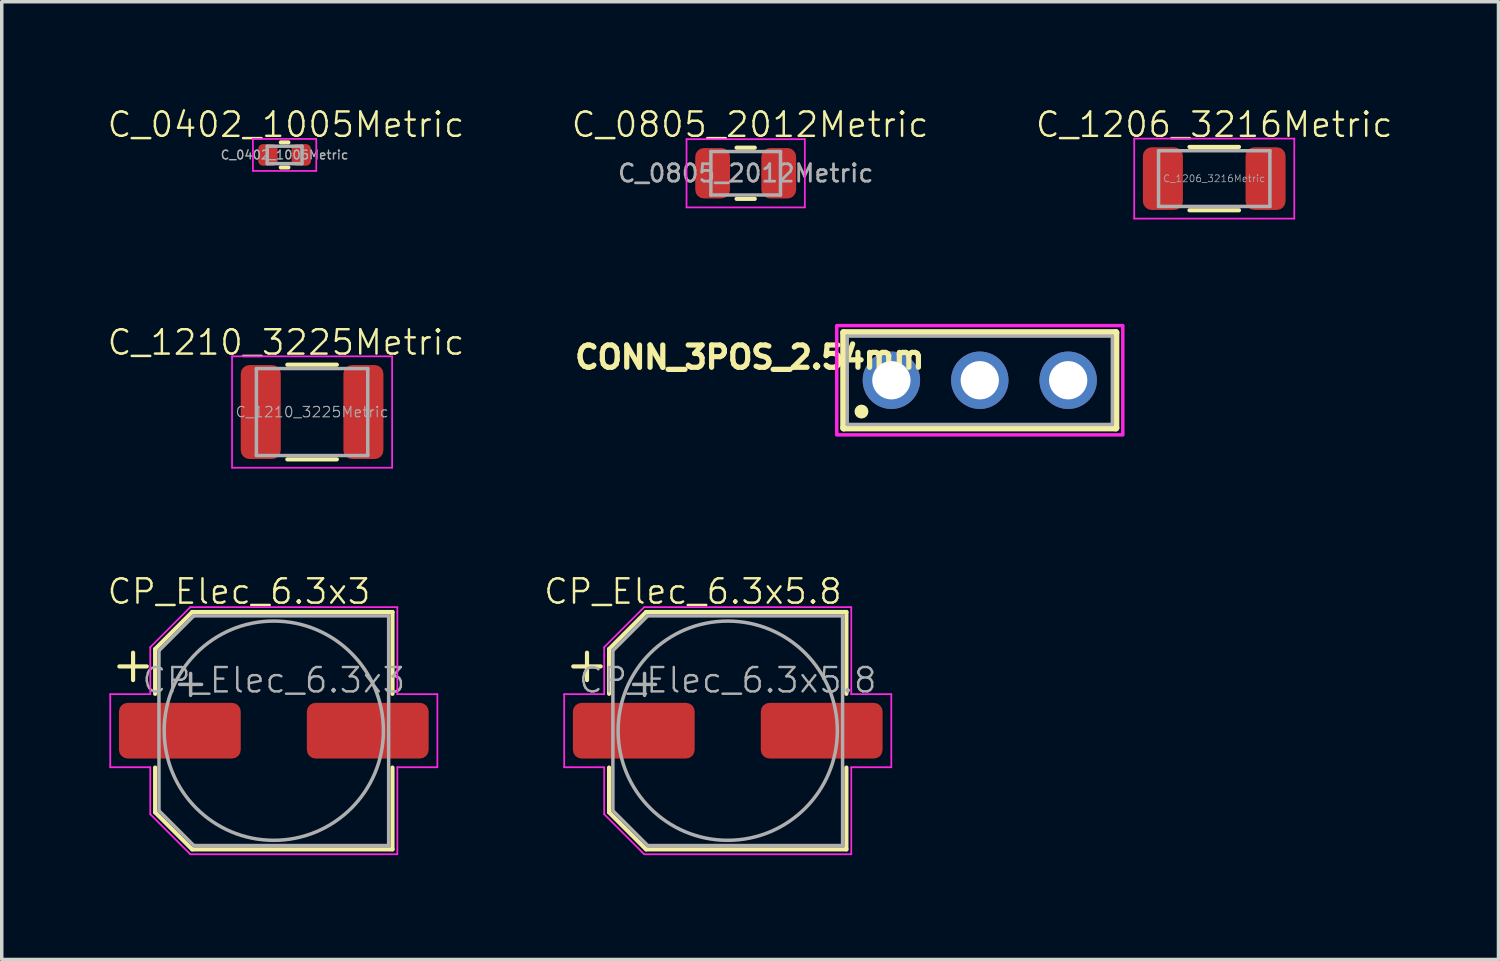
<source format=kicad_pcb>
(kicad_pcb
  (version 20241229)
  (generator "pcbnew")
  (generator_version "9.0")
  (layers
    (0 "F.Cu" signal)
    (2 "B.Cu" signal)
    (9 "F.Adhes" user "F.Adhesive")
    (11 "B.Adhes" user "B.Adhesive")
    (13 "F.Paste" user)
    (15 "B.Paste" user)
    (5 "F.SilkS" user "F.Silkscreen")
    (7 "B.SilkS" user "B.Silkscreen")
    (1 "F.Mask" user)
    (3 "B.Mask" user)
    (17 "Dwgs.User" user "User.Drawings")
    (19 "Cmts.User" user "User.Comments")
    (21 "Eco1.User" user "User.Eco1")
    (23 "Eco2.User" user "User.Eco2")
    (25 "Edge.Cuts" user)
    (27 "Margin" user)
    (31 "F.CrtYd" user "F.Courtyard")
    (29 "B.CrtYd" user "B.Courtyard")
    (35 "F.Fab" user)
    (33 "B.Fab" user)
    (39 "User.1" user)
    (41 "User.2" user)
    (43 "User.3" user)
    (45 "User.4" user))
  (footprint "C_1210_3225Metric"
    (layer "F.Cu")
    (at 5.918 8.79)
    (property "Reference" "C_1210_3225Metric" (at -0.75 -2 0) (layer "F.SilkS") (effects (font (size 0.7 0.7) (thickness 0.07))))
    (attr smd)
    (fp_line (start -0.711 -1.36) (end 0.711 -1.36) (stroke (width 0.12) (type solid)) (layer "F.SilkS"))
    (fp_line (start -0.711 1.36) (end 0.711 1.36) (stroke (width 0.12) (type solid)) (layer "F.SilkS"))
    (fp_line (start -2.3 -1.6) (end 2.3 -1.6) (stroke (width 0.05) (type solid)) (layer "F.CrtYd"))
    (fp_line (start -2.3 1.6) (end -2.3 -1.6) (stroke (width 0.05) (type solid)) (layer "F.CrtYd"))
    (fp_line (start 2.3 -1.6) (end 2.3 1.6) (stroke (width 0.05) (type solid)) (layer "F.CrtYd"))
    (fp_line (start 2.3 1.6) (end -2.3 1.6) (stroke (width 0.05) (type solid)) (layer "F.CrtYd"))
    (fp_line (start -1.6 -1.25) (end 1.6 -1.25) (stroke (width 0.1) (type solid)) (layer "F.Fab"))
    (fp_line (start -1.6 1.25) (end -1.6 -1.25) (stroke (width 0.1) (type solid)) (layer "F.Fab"))
    (fp_line (start 1.6 -1.25) (end 1.6 1.25) (stroke (width 0.1) (type solid)) (layer "F.Fab"))
    (fp_line (start 1.6 1.25) (end -1.6 1.25) (stroke (width 0.1) (type solid)) (layer "F.Fab"))
    (fp_text user "${REFERENCE}" (at 0 0 0) (layer "F.Fab") (effects (font (size 0.3 0.3) (thickness 0.03))))
    (pad "1" smd roundrect (at -1.475 0) (size 1.15 2.7) (layers "F.Cu" "F.Mask" "F.Paste") (roundrect_rratio 0.217))
    (pad "2" smd roundrect (at 1.475 0) (size 1.15 2.7) (layers "F.Cu" "F.Mask" "F.Paste") (roundrect_rratio 0.217)))
  (footprint "C_1206_3216Metric"
    (layer "F.Cu")
    (at 31.842 2.082)
    (property "Reference" "C_1206_3216Metric" (at 0 -1.55 0) (layer "F.SilkS") (effects (font (size 0.7 0.7) (thickness 0.07))))
    (attr smd)
    (fp_line (start -0.711 -0.91) (end 0.711 -0.91) (stroke (width 0.12) (type solid)) (layer "F.SilkS"))
    (fp_line (start -0.711 0.91) (end 0.711 0.91) (stroke (width 0.12) (type solid)) (layer "F.SilkS"))
    (fp_line (start -2.3 -1.15) (end 2.3 -1.15) (stroke (width 0.05) (type solid)) (layer "F.CrtYd"))
    (fp_line (start -2.3 1.15) (end -2.3 -1.15) (stroke (width 0.05) (type solid)) (layer "F.CrtYd"))
    (fp_line (start 2.3 -1.15) (end 2.3 1.15) (stroke (width 0.05) (type solid)) (layer "F.CrtYd"))
    (fp_line (start 2.3 1.15) (end -2.3 1.15) (stroke (width 0.05) (type solid)) (layer "F.CrtYd"))
    (fp_line (start -1.6 -0.8) (end 1.6 -0.8) (stroke (width 0.1) (type solid)) (layer "F.Fab"))
    (fp_line (start -1.6 0.8) (end -1.6 -0.8) (stroke (width 0.1) (type solid)) (layer "F.Fab"))
    (fp_line (start 1.6 -0.8) (end 1.6 0.8) (stroke (width 0.1) (type solid)) (layer "F.Fab"))
    (fp_line (start 1.6 0.8) (end -1.6 0.8) (stroke (width 0.1) (type solid)) (layer "F.Fab"))
    (fp_text user "${REFERENCE}" (at 0 0 0) (layer "F.Fab") (effects (font (size 0.2 0.2) (thickness 0.02))))
    (pad "1" smd roundrect (at -1.475 0) (size 1.15 1.8) (layers "F.Cu" "F.Mask" "F.Paste") (roundrect_rratio 0.217))
    (pad "2" smd roundrect (at 1.475 0) (size 1.15 1.8) (layers "F.Cu" "F.Mask" "F.Paste") (roundrect_rratio 0.217)))
  (footprint "CP_Elec_6.3x5.8"
    (layer "F.Cu")
    (at 17.862 17.947)
    (property "Reference" "CP_Elec_6.3x5.8" (at -1 -4 0) (layer "F.SilkS") (effects (font (size 0.7 0.7) (thickness 0.07))))
    (attr smd)
    (fp_line (start -4.438 -1.847) (end -3.65 -1.847) (stroke (width 0.12) (type solid)) (layer "F.SilkS"))
    (fp_line (start -4.044 -2.241) (end -4.044 -1.454) (stroke (width 0.12) (type solid)) (layer "F.SilkS"))
    (fp_line (start -3.41 -2.346) (end -3.41 -1.06) (stroke (width 0.12) (type solid)) (layer "F.SilkS"))
    (fp_line (start -3.41 -2.346) (end -2.346 -3.41) (stroke (width 0.12) (type solid)) (layer "F.SilkS"))
    (fp_line (start -3.41 2.346) (end -3.41 1.06) (stroke (width 0.12) (type solid)) (layer "F.SilkS"))
    (fp_line (start -3.41 2.346) (end -2.346 3.41) (stroke (width 0.12) (type solid)) (layer "F.SilkS"))
    (fp_line (start -2.346 -3.41) (end 3.41 -3.41) (stroke (width 0.12) (type solid)) (layer "F.SilkS"))
    (fp_line (start -2.346 3.41) (end 3.41 3.41) (stroke (width 0.12) (type solid)) (layer "F.SilkS"))
    (fp_line (start 3.41 -3.41) (end 3.41 -1.06) (stroke (width 0.12) (type solid)) (layer "F.SilkS"))
    (fp_line (start 3.41 3.41) (end 3.41 1.06) (stroke (width 0.12) (type solid)) (layer "F.SilkS"))
    (fp_line (start -4.7 -1.05) (end -4.7 1.05) (stroke (width 0.05) (type solid)) (layer "F.CrtYd"))
    (fp_line (start -4.7 1.05) (end -3.55 1.05) (stroke (width 0.05) (type solid)) (layer "F.CrtYd"))
    (fp_line (start -3.55 -2.4) (end -3.55 -1.05) (stroke (width 0.05) (type solid)) (layer "F.CrtYd"))
    (fp_line (start -3.55 -2.4) (end -2.4 -3.55) (stroke (width 0.05) (type solid)) (layer "F.CrtYd"))
    (fp_line (start -3.55 -1.05) (end -4.7 -1.05) (stroke (width 0.05) (type solid)) (layer "F.CrtYd"))
    (fp_line (start -3.55 1.05) (end -3.55 2.4) (stroke (width 0.05) (type solid)) (layer "F.CrtYd"))
    (fp_line (start -3.55 2.4) (end -2.4 3.55) (stroke (width 0.05) (type solid)) (layer "F.CrtYd"))
    (fp_line (start -2.4 -3.55) (end 3.55 -3.55) (stroke (width 0.05) (type solid)) (layer "F.CrtYd"))
    (fp_line (start -2.4 3.55) (end 3.55 3.55) (stroke (width 0.05) (type solid)) (layer "F.CrtYd"))
    (fp_line (start 3.55 -3.55) (end 3.55 -1.05) (stroke (width 0.05) (type solid)) (layer "F.CrtYd"))
    (fp_line (start 3.55 -1.05) (end 4.7 -1.05) (stroke (width 0.05) (type solid)) (layer "F.CrtYd"))
    (fp_line (start 3.55 1.05) (end 3.55 3.55) (stroke (width 0.05) (type solid)) (layer "F.CrtYd"))
    (fp_line (start 4.7 -1.05) (end 4.7 1.05) (stroke (width 0.05) (type solid)) (layer "F.CrtYd"))
    (fp_line (start 4.7 1.05) (end 3.55 1.05) (stroke (width 0.05) (type solid)) (layer "F.CrtYd"))
    (fp_line (start -3.3 -2.3) (end -3.3 2.3) (stroke (width 0.1) (type solid)) (layer "F.Fab"))
    (fp_line (start -3.3 -2.3) (end -2.3 -3.3) (stroke (width 0.1) (type solid)) (layer "F.Fab"))
    (fp_line (start -3.3 2.3) (end -2.3 3.3) (stroke (width 0.1) (type solid)) (layer "F.Fab"))
    (fp_line (start -2.705 -1.33) (end -2.075 -1.33) (stroke (width 0.1) (type solid)) (layer "F.Fab"))
    (fp_line (start -2.39 -1.645) (end -2.39 -1.015) (stroke (width 0.1) (type solid)) (layer "F.Fab"))
    (fp_line (start -2.3 -3.3) (end 3.3 -3.3) (stroke (width 0.1) (type solid)) (layer "F.Fab"))
    (fp_line (start -2.3 3.3) (end 3.3 3.3) (stroke (width 0.1) (type solid)) (layer "F.Fab"))
    (fp_line (start 3.3 -3.3) (end 3.3 3.3) (stroke (width 0.1) (type solid)) (layer "F.Fab"))
    (fp_circle (center 0 0) (end 3.15 0) (stroke (width 0.1) (type solid)) (fill no) (layer "F.Fab"))
    (fp_text user "${REFERENCE}" (at 0 -1.45 0) (layer "F.Fab") (effects (font (size 0.7 0.7) (thickness 0.07))))
    (pad "1" smd roundrect (at -2.7 0) (size 3.5 1.6) (layers "F.Cu" "F.Mask" "F.Paste") (roundrect_rratio 0.156))
    (pad "2" smd roundrect (at 2.7 0) (size 3.5 1.6) (layers "F.Cu" "F.Mask" "F.Paste") (roundrect_rratio 0.156)))
  (footprint "C_0402_1005Metric"
    (layer "F.Cu")
    (at 5.128 1.402)
    (property "Reference" "C_0402_1005Metric" (at 0.04 -0.87 0) (layer "F.SilkS") (effects (font (size 0.7 0.7) (thickness 0.07))))
    (attr smd)
    (fp_line (start -0.108 -0.36) (end 0.108 -0.36) (stroke (width 0.12) (type solid)) (layer "F.SilkS"))
    (fp_line (start -0.108 0.36) (end 0.108 0.36) (stroke (width 0.12) (type solid)) (layer "F.SilkS"))
    (fp_line (start -0.91 -0.46) (end 0.91 -0.46) (stroke (width 0.05) (type solid)) (layer "F.CrtYd"))
    (fp_line (start -0.91 0.46) (end -0.91 -0.46) (stroke (width 0.05) (type solid)) (layer "F.CrtYd"))
    (fp_line (start 0.91 -0.46) (end 0.91 0.46) (stroke (width 0.05) (type solid)) (layer "F.CrtYd"))
    (fp_line (start 0.91 0.46) (end -0.91 0.46) (stroke (width 0.05) (type solid)) (layer "F.CrtYd"))
    (fp_line (start -0.5 -0.25) (end 0.5 -0.25) (stroke (width 0.1) (type solid)) (layer "F.Fab"))
    (fp_line (start -0.5 0.25) (end -0.5 -0.25) (stroke (width 0.1) (type solid)) (layer "F.Fab"))
    (fp_line (start 0.5 -0.25) (end 0.5 0.25) (stroke (width 0.1) (type solid)) (layer "F.Fab"))
    (fp_line (start 0.5 0.25) (end -0.5 0.25) (stroke (width 0.1) (type solid)) (layer "F.Fab"))
    (fp_text user "${REFERENCE}" (at 0 0 0) (layer "F.Fab") (effects (font (size 0.25 0.25) (thickness 0.04))))
    (pad "1" smd roundrect (at -0.48 0) (size 0.56 0.62) (layers "F.Cu" "F.Mask" "F.Paste") (roundrect_rratio 0.25))
    (pad "2" smd roundrect (at 0.48 0) (size 0.56 0.62) (layers "F.Cu" "F.Mask" "F.Paste") (roundrect_rratio 0.25)))
  (footprint "CP_Elec_6.3x3"
    (layer "F.Cu")
    (at 4.818 17.947)
    (property "Reference" "CP_Elec_6.3x3" (at -1 -4 0) (layer "F.SilkS") (effects (font (size 0.7 0.7) (thickness 0.07))))
    (attr smd)
    (fp_line (start -4.438 -1.847) (end -3.65 -1.847) (stroke (width 0.12) (type solid)) (layer "F.SilkS"))
    (fp_line (start -4.044 -2.241) (end -4.044 -1.454) (stroke (width 0.12) (type solid)) (layer "F.SilkS"))
    (fp_line (start -3.41 -2.346) (end -3.41 -1.06) (stroke (width 0.12) (type solid)) (layer "F.SilkS"))
    (fp_line (start -3.41 -2.346) (end -2.346 -3.41) (stroke (width 0.12) (type solid)) (layer "F.SilkS"))
    (fp_line (start -3.41 2.346) (end -3.41 1.06) (stroke (width 0.12) (type solid)) (layer "F.SilkS"))
    (fp_line (start -3.41 2.346) (end -2.346 3.41) (stroke (width 0.12) (type solid)) (layer "F.SilkS"))
    (fp_line (start -2.346 -3.41) (end 3.41 -3.41) (stroke (width 0.12) (type solid)) (layer "F.SilkS"))
    (fp_line (start -2.346 3.41) (end 3.41 3.41) (stroke (width 0.12) (type solid)) (layer "F.SilkS"))
    (fp_line (start 3.41 -3.41) (end 3.41 -1.06) (stroke (width 0.12) (type solid)) (layer "F.SilkS"))
    (fp_line (start 3.41 3.41) (end 3.41 1.06) (stroke (width 0.12) (type solid)) (layer "F.SilkS"))
    (fp_line (start -4.7 -1.05) (end -4.7 1.05) (stroke (width 0.05) (type solid)) (layer "F.CrtYd"))
    (fp_line (start -4.7 1.05) (end -3.55 1.05) (stroke (width 0.05) (type solid)) (layer "F.CrtYd"))
    (fp_line (start -3.55 -2.4) (end -3.55 -1.05) (stroke (width 0.05) (type solid)) (layer "F.CrtYd"))
    (fp_line (start -3.55 -2.4) (end -2.4 -3.55) (stroke (width 0.05) (type solid)) (layer "F.CrtYd"))
    (fp_line (start -3.55 -1.05) (end -4.7 -1.05) (stroke (width 0.05) (type solid)) (layer "F.CrtYd"))
    (fp_line (start -3.55 1.05) (end -3.55 2.4) (stroke (width 0.05) (type solid)) (layer "F.CrtYd"))
    (fp_line (start -3.55 2.4) (end -2.4 3.55) (stroke (width 0.05) (type solid)) (layer "F.CrtYd"))
    (fp_line (start -2.4 -3.55) (end 3.55 -3.55) (stroke (width 0.05) (type solid)) (layer "F.CrtYd"))
    (fp_line (start -2.4 3.55) (end 3.55 3.55) (stroke (width 0.05) (type solid)) (layer "F.CrtYd"))
    (fp_line (start 3.55 -3.55) (end 3.55 -1.05) (stroke (width 0.05) (type solid)) (layer "F.CrtYd"))
    (fp_line (start 3.55 -1.05) (end 4.7 -1.05) (stroke (width 0.05) (type solid)) (layer "F.CrtYd"))
    (fp_line (start 3.55 1.05) (end 3.55 3.55) (stroke (width 0.05) (type solid)) (layer "F.CrtYd"))
    (fp_line (start 4.7 -1.05) (end 4.7 1.05) (stroke (width 0.05) (type solid)) (layer "F.CrtYd"))
    (fp_line (start 4.7 1.05) (end 3.55 1.05) (stroke (width 0.05) (type solid)) (layer "F.CrtYd"))
    (fp_line (start -3.3 -2.3) (end -3.3 2.3) (stroke (width 0.1) (type solid)) (layer "F.Fab"))
    (fp_line (start -3.3 -2.3) (end -2.3 -3.3) (stroke (width 0.1) (type solid)) (layer "F.Fab"))
    (fp_line (start -3.3 2.3) (end -2.3 3.3) (stroke (width 0.1) (type solid)) (layer "F.Fab"))
    (fp_line (start -2.705 -1.33) (end -2.075 -1.33) (stroke (width 0.1) (type solid)) (layer "F.Fab"))
    (fp_line (start -2.39 -1.645) (end -2.39 -1.015) (stroke (width 0.1) (type solid)) (layer "F.Fab"))
    (fp_line (start -2.3 -3.3) (end 3.3 -3.3) (stroke (width 0.1) (type solid)) (layer "F.Fab"))
    (fp_line (start -2.3 3.3) (end 3.3 3.3) (stroke (width 0.1) (type solid)) (layer "F.Fab"))
    (fp_line (start 3.3 -3.3) (end 3.3 3.3) (stroke (width 0.1) (type solid)) (layer "F.Fab"))
    (fp_circle (center 0 0) (end 3.15 0) (stroke (width 0.1) (type solid)) (fill no) (layer "F.Fab"))
    (fp_text user "${REFERENCE}" (at 0 -1.45 0) (layer "F.Fab") (effects (font (size 0.7 0.7) (thickness 0.07))))
    (pad "1" smd roundrect (at -2.7 0) (size 3.5 1.6) (layers "F.Cu" "F.Mask" "F.Paste") (roundrect_rratio 0.156))
    (pad "2" smd roundrect (at 2.7 0) (size 3.5 1.6) (layers "F.Cu" "F.Mask" "F.Paste") (roundrect_rratio 0.156)))
  (footprint "C_0805_2012Metric"
    (layer "F.Cu")
    (at 18.378 1.929)
    (property "Reference" "C_0805_2012Metric" (at 0.127 -1.397 0) (layer "F.SilkS") (effects (font (size 0.7 0.7) (thickness 0.07))))
    (attr smd)
    (fp_line (start -0.261 -0.735) (end 0.261 -0.735) (stroke (width 0.12) (type solid)) (layer "F.SilkS"))
    (fp_line (start -0.261 0.735) (end 0.261 0.735) (stroke (width 0.12) (type solid)) (layer "F.SilkS"))
    (fp_line (start -1.7 -0.98) (end 1.7 -0.98) (stroke (width 0.05) (type solid)) (layer "F.CrtYd"))
    (fp_line (start -1.7 0.98) (end -1.7 -0.98) (stroke (width 0.05) (type solid)) (layer "F.CrtYd"))
    (fp_line (start 1.7 -0.98) (end 1.7 0.98) (stroke (width 0.05) (type solid)) (layer "F.CrtYd"))
    (fp_line (start 1.7 0.98) (end -1.7 0.98) (stroke (width 0.05) (type solid)) (layer "F.CrtYd"))
    (fp_line (start -1 -0.625) (end 1 -0.625) (stroke (width 0.1) (type solid)) (layer "F.Fab"))
    (fp_line (start -1 0.625) (end -1 -0.625) (stroke (width 0.1) (type solid)) (layer "F.Fab"))
    (fp_line (start 1 -0.625) (end 1 0.625) (stroke (width 0.1) (type solid)) (layer "F.Fab"))
    (fp_line (start 1 0.625) (end -1 0.625) (stroke (width 0.1) (type solid)) (layer "F.Fab"))
    (fp_text user "${REFERENCE}" (at 0 0 0) (layer "F.Fab") (effects (font (size 0.5 0.5) (thickness 0.08))))
    (pad "1" smd roundrect (at -0.95 0) (size 1 1.45) (layers "F.Cu" "F.Mask" "F.Paste") (roundrect_rratio 0.25))
    (pad "2" smd roundrect (at 0.95 0) (size 1 1.45) (layers "F.Cu" "F.Mask" "F.Paste") (roundrect_rratio 0.25)))
  (footprint "CONN_3POS_2.54mm"
    (layer "F.Cu")
    (at 25.105 7.877)
    (property "Reference" "CONN_3POS_2.54mm" (at -6.61 -0.662 0) (layer "F.SilkS") (effects (font (size 0.64 0.64) (thickness 0.15))))
    (attr through_hole)
    (fp_line (start -3.91 -1.37) (end 3.91 -1.37) (stroke (width 0.2) (type solid)) (layer "F.SilkS"))
    (fp_line (start -3.91 1.37) (end -3.91 -1.37) (stroke (width 0.2) (type solid)) (layer "F.SilkS"))
    (fp_line (start 3.91 -1.37) (end 3.91 1.37) (stroke (width 0.2) (type solid)) (layer "F.SilkS"))
    (fp_line (start 3.91 1.37) (end -3.91 1.37) (stroke (width 0.2) (type solid)) (layer "F.SilkS"))
    (fp_circle (center -3.4 0.9) (end -3.3 0.9) (stroke (width 0.2) (type solid)) (fill no) (layer "F.SilkS"))
    (fp_poly (pts (xy -4.11 -1.57) (xy 4.11 -1.57) (xy 4.11 1.57) (xy -4.11 1.57)) (stroke (width 0.1) (type solid)) (fill no) (layer "F.CrtYd"))
    (fp_line (start -3.81 -1.27) (end -3.81 1.27) (stroke (width 0.1) (type solid)) (layer "F.Fab"))
    (fp_line (start -3.81 1.27) (end 3.81 1.27) (stroke (width 0.1) (type solid)) (layer "F.Fab"))
    (fp_line (start 3.81 -1.27) (end -3.81 -1.27) (stroke (width 0.1) (type solid)) (layer "F.Fab"))
    (fp_line (start 3.81 1.27) (end 3.81 -1.27) (stroke (width 0.1) (type solid)) (layer "F.Fab"))
    (pad "1" thru_hole circle (at -2.54 0) (size 1.65 1.65) (drill 1.1) (layers "*.Cu" "*.Mask"))
    (pad "2" thru_hole circle (at 0 0) (size 1.65 1.65) (drill 1.1) (layers "*.Cu" "*.Mask"))
    (pad "3" thru_hole circle (at 2.54 0) (size 1.65 1.65) (drill 1.1) (layers "*.Cu" "*.Mask")))
  (gr_rect
    (start -3 -3)
    (end 40.01 24.522)
    (stroke (width 0.1) (type default))
    (fill no)
    (layer "Edge.Cuts")))
</source>
